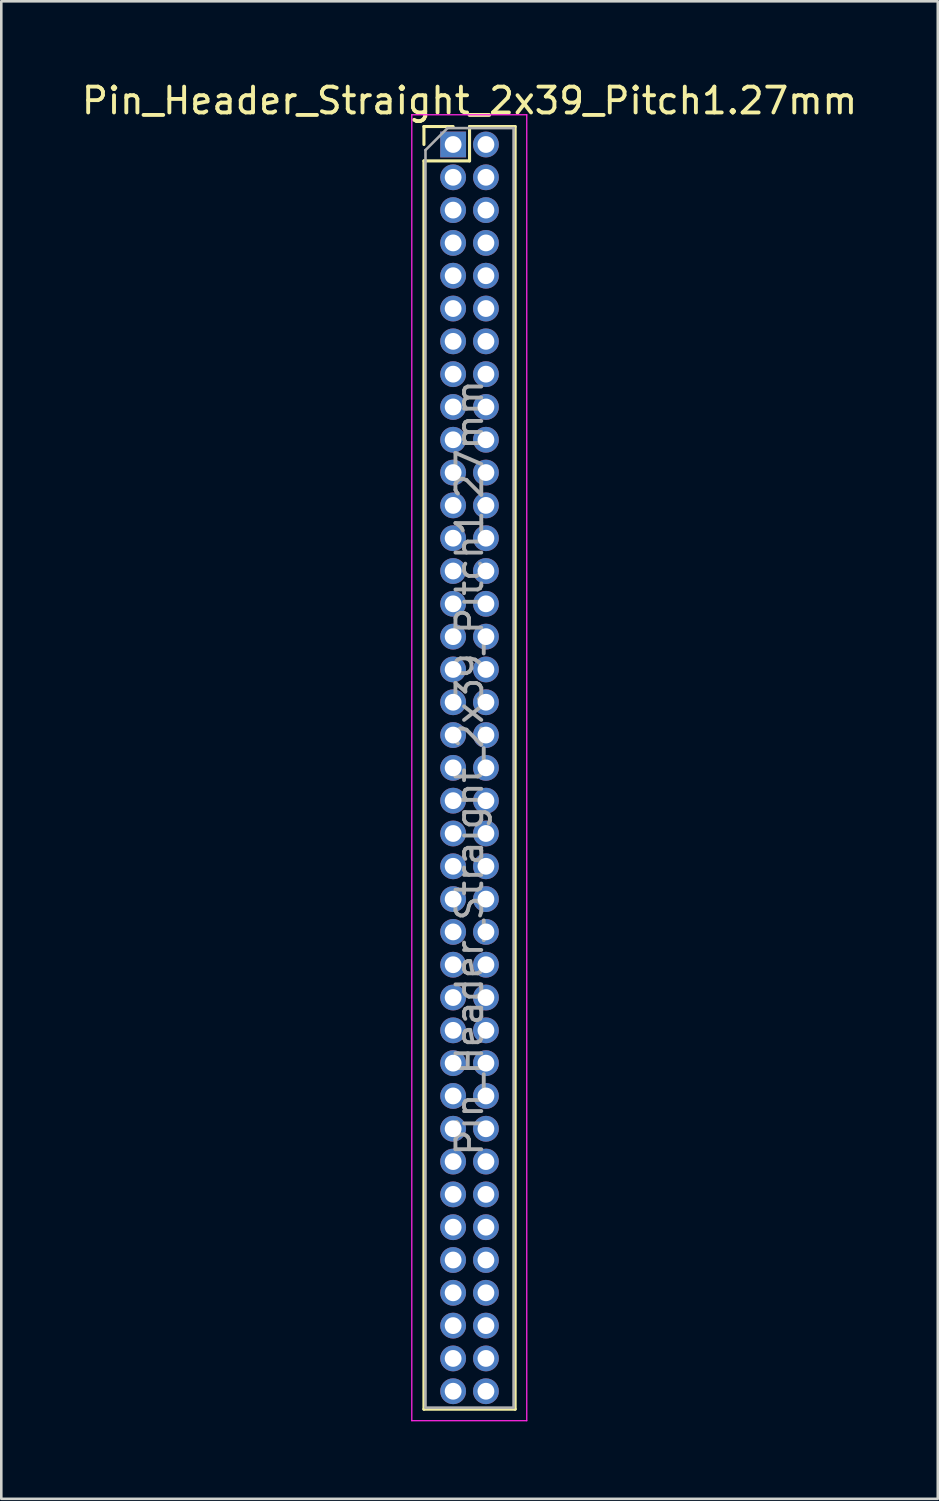
<source format=kicad_pcb>
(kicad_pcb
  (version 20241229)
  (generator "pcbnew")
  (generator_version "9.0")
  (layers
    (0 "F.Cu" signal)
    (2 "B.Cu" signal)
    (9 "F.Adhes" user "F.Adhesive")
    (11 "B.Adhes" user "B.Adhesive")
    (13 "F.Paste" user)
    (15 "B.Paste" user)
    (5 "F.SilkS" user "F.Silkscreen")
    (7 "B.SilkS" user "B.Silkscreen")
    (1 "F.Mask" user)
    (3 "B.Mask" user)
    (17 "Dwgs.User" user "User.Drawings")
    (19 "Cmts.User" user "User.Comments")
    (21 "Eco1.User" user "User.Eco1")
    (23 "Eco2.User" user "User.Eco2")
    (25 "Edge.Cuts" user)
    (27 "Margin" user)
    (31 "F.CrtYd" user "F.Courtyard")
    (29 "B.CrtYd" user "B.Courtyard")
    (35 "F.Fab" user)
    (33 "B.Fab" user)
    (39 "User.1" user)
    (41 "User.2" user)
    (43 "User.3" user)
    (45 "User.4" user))
  (footprint "Pin_Header_Straight_2x39_Pitch1.27mm"
    (layer "F.Cu")
    (at 14.49 2.543)
    (property "Reference" "Pin_Header_Straight_2x39_Pitch1.27mm" (at 0.635 -1.695 0) (layer "F.SilkS") (effects (font (size 1 1) (thickness 0.15))))
    (attr through_hole)
    (fp_line (start -1.13 -0.695) (end 0 -0.695) (stroke (width 0.12) (type solid)) (layer "F.SilkS"))
    (fp_line (start -1.13 0) (end -1.13 -0.695) (stroke (width 0.12) (type solid)) (layer "F.SilkS"))
    (fp_line (start -1.13 0.635) (end -1.13 48.955) (stroke (width 0.12) (type solid)) (layer "F.SilkS"))
    (fp_line (start -1.13 48.955) (end 2.4 48.955) (stroke (width 0.12) (type solid)) (layer "F.SilkS"))
    (fp_line (start 0.635 -0.695) (end 0.635 0.635) (stroke (width 0.12) (type solid)) (layer "F.SilkS"))
    (fp_line (start 0.635 0.635) (end -1.13 0.635) (stroke (width 0.12) (type solid)) (layer "F.SilkS"))
    (fp_line (start 2.4 -0.695) (end 0.635 -0.695) (stroke (width 0.12) (type solid)) (layer "F.SilkS"))
    (fp_line (start 2.4 48.955) (end 2.4 -0.695) (stroke (width 0.12) (type solid)) (layer "F.SilkS"))
    (fp_line (start -1.6 -1.15) (end -1.6 49.4) (stroke (width 0.05) (type solid)) (layer "F.CrtYd"))
    (fp_line (start -1.6 49.4) (end 2.85 49.4) (stroke (width 0.05) (type solid)) (layer "F.CrtYd"))
    (fp_line (start 2.85 -1.15) (end -1.6 -1.15) (stroke (width 0.05) (type solid)) (layer "F.CrtYd"))
    (fp_line (start 2.85 49.4) (end 2.85 -1.15) (stroke (width 0.05) (type solid)) (layer "F.CrtYd"))
    (fp_line (start -1.07 0.217) (end -0.217 -0.635) (stroke (width 0.1) (type solid)) (layer "F.Fab"))
    (fp_line (start -1.07 48.895) (end -1.07 0.217) (stroke (width 0.1) (type solid)) (layer "F.Fab"))
    (fp_line (start -0.217 -0.635) (end 2.34 -0.635) (stroke (width 0.1) (type solid)) (layer "F.Fab"))
    (fp_line (start 2.34 -0.635) (end 2.34 48.895) (stroke (width 0.1) (type solid)) (layer "F.Fab"))
    (fp_line (start 2.34 48.895) (end -1.07 48.895) (stroke (width 0.1) (type solid)) (layer "F.Fab"))
    (fp_text user "${REFERENCE}" (at 0.635 24.13 90) (layer "F.Fab") (effects (font (size 1 1) (thickness 0.15))))
    (pad "1" thru_hole rect (at 0 0) (size 1 1) (drill 0.65) (layers "*.Cu" "*.Mask"))
    (pad "2" thru_hole oval (at 1.27 0) (size 1 1) (drill 0.65) (layers "*.Cu" "*.Mask"))
    (pad "3" thru_hole oval (at 0 1.27) (size 1 1) (drill 0.65) (layers "*.Cu" "*.Mask"))
    (pad "4" thru_hole oval (at 1.27 1.27) (size 1 1) (drill 0.65) (layers "*.Cu" "*.Mask"))
    (pad "5" thru_hole oval (at 0 2.54) (size 1 1) (drill 0.65) (layers "*.Cu" "*.Mask"))
    (pad "6" thru_hole oval (at 1.27 2.54) (size 1 1) (drill 0.65) (layers "*.Cu" "*.Mask"))
    (pad "7" thru_hole oval (at 0 3.81) (size 1 1) (drill 0.65) (layers "*.Cu" "*.Mask"))
    (pad "8" thru_hole oval (at 1.27 3.81) (size 1 1) (drill 0.65) (layers "*.Cu" "*.Mask"))
    (pad "9" thru_hole oval (at 0 5.08) (size 1 1) (drill 0.65) (layers "*.Cu" "*.Mask"))
    (pad "10" thru_hole oval (at 1.27 5.08) (size 1 1) (drill 0.65) (layers "*.Cu" "*.Mask"))
    (pad "11" thru_hole oval (at 0 6.35) (size 1 1) (drill 0.65) (layers "*.Cu" "*.Mask"))
    (pad "12" thru_hole oval (at 1.27 6.35) (size 1 1) (drill 0.65) (layers "*.Cu" "*.Mask"))
    (pad "13" thru_hole oval (at 0 7.62) (size 1 1) (drill 0.65) (layers "*.Cu" "*.Mask"))
    (pad "14" thru_hole oval (at 1.27 7.62) (size 1 1) (drill 0.65) (layers "*.Cu" "*.Mask"))
    (pad "15" thru_hole oval (at 0 8.89) (size 1 1) (drill 0.65) (layers "*.Cu" "*.Mask"))
    (pad "16" thru_hole oval (at 1.27 8.89) (size 1 1) (drill 0.65) (layers "*.Cu" "*.Mask"))
    (pad "17" thru_hole oval (at 0 10.16) (size 1 1) (drill 0.65) (layers "*.Cu" "*.Mask"))
    (pad "18" thru_hole oval (at 1.27 10.16) (size 1 1) (drill 0.65) (layers "*.Cu" "*.Mask"))
    (pad "19" thru_hole oval (at 0 11.43) (size 1 1) (drill 0.65) (layers "*.Cu" "*.Mask"))
    (pad "20" thru_hole oval (at 1.27 11.43) (size 1 1) (drill 0.65) (layers "*.Cu" "*.Mask"))
    (pad "21" thru_hole oval (at 0 12.7) (size 1 1) (drill 0.65) (layers "*.Cu" "*.Mask"))
    (pad "22" thru_hole oval (at 1.27 12.7) (size 1 1) (drill 0.65) (layers "*.Cu" "*.Mask"))
    (pad "23" thru_hole oval (at 0 13.97) (size 1 1) (drill 0.65) (layers "*.Cu" "*.Mask"))
    (pad "24" thru_hole oval (at 1.27 13.97) (size 1 1) (drill 0.65) (layers "*.Cu" "*.Mask"))
    (pad "25" thru_hole oval (at 0 15.24) (size 1 1) (drill 0.65) (layers "*.Cu" "*.Mask"))
    (pad "26" thru_hole oval (at 1.27 15.24) (size 1 1) (drill 0.65) (layers "*.Cu" "*.Mask"))
    (pad "27" thru_hole oval (at 0 16.51) (size 1 1) (drill 0.65) (layers "*.Cu" "*.Mask"))
    (pad "28" thru_hole oval (at 1.27 16.51) (size 1 1) (drill 0.65) (layers "*.Cu" "*.Mask"))
    (pad "29" thru_hole oval (at 0 17.78) (size 1 1) (drill 0.65) (layers "*.Cu" "*.Mask"))
    (pad "30" thru_hole oval (at 1.27 17.78) (size 1 1) (drill 0.65) (layers "*.Cu" "*.Mask"))
    (pad "31" thru_hole oval (at 0 19.05) (size 1 1) (drill 0.65) (layers "*.Cu" "*.Mask"))
    (pad "32" thru_hole oval (at 1.27 19.05) (size 1 1) (drill 0.65) (layers "*.Cu" "*.Mask"))
    (pad "33" thru_hole oval (at 0 20.32) (size 1 1) (drill 0.65) (layers "*.Cu" "*.Mask"))
    (pad "34" thru_hole oval (at 1.27 20.32) (size 1 1) (drill 0.65) (layers "*.Cu" "*.Mask"))
    (pad "35" thru_hole oval (at 0 21.59) (size 1 1) (drill 0.65) (layers "*.Cu" "*.Mask"))
    (pad "36" thru_hole oval (at 1.27 21.59) (size 1 1) (drill 0.65) (layers "*.Cu" "*.Mask"))
    (pad "37" thru_hole oval (at 0 22.86) (size 1 1) (drill 0.65) (layers "*.Cu" "*.Mask"))
    (pad "38" thru_hole oval (at 1.27 22.86) (size 1 1) (drill 0.65) (layers "*.Cu" "*.Mask"))
    (pad "39" thru_hole oval (at 0 24.13) (size 1 1) (drill 0.65) (layers "*.Cu" "*.Mask"))
    (pad "40" thru_hole oval (at 1.27 24.13) (size 1 1) (drill 0.65) (layers "*.Cu" "*.Mask"))
    (pad "41" thru_hole oval (at 0 25.4) (size 1 1) (drill 0.65) (layers "*.Cu" "*.Mask"))
    (pad "42" thru_hole oval (at 1.27 25.4) (size 1 1) (drill 0.65) (layers "*.Cu" "*.Mask"))
    (pad "43" thru_hole oval (at 0 26.67) (size 1 1) (drill 0.65) (layers "*.Cu" "*.Mask"))
    (pad "44" thru_hole oval (at 1.27 26.67) (size 1 1) (drill 0.65) (layers "*.Cu" "*.Mask"))
    (pad "45" thru_hole oval (at 0 27.94) (size 1 1) (drill 0.65) (layers "*.Cu" "*.Mask"))
    (pad "46" thru_hole oval (at 1.27 27.94) (size 1 1) (drill 0.65) (layers "*.Cu" "*.Mask"))
    (pad "47" thru_hole oval (at 0 29.21) (size 1 1) (drill 0.65) (layers "*.Cu" "*.Mask"))
    (pad "48" thru_hole oval (at 1.27 29.21) (size 1 1) (drill 0.65) (layers "*.Cu" "*.Mask"))
    (pad "49" thru_hole oval (at 0 30.48) (size 1 1) (drill 0.65) (layers "*.Cu" "*.Mask"))
    (pad "50" thru_hole oval (at 1.27 30.48) (size 1 1) (drill 0.65) (layers "*.Cu" "*.Mask"))
    (pad "51" thru_hole oval (at 0 31.75) (size 1 1) (drill 0.65) (layers "*.Cu" "*.Mask"))
    (pad "52" thru_hole oval (at 1.27 31.75) (size 1 1) (drill 0.65) (layers "*.Cu" "*.Mask"))
    (pad "53" thru_hole oval (at 0 33.02) (size 1 1) (drill 0.65) (layers "*.Cu" "*.Mask"))
    (pad "54" thru_hole oval (at 1.27 33.02) (size 1 1) (drill 0.65) (layers "*.Cu" "*.Mask"))
    (pad "55" thru_hole oval (at 0 34.29) (size 1 1) (drill 0.65) (layers "*.Cu" "*.Mask"))
    (pad "56" thru_hole oval (at 1.27 34.29) (size 1 1) (drill 0.65) (layers "*.Cu" "*.Mask"))
    (pad "57" thru_hole oval (at 0 35.56) (size 1 1) (drill 0.65) (layers "*.Cu" "*.Mask"))
    (pad "58" thru_hole oval (at 1.27 35.56) (size 1 1) (drill 0.65) (layers "*.Cu" "*.Mask"))
    (pad "59" thru_hole oval (at 0 36.83) (size 1 1) (drill 0.65) (layers "*.Cu" "*.Mask"))
    (pad "60" thru_hole oval (at 1.27 36.83) (size 1 1) (drill 0.65) (layers "*.Cu" "*.Mask"))
    (pad "61" thru_hole oval (at 0 38.1) (size 1 1) (drill 0.65) (layers "*.Cu" "*.Mask"))
    (pad "62" thru_hole oval (at 1.27 38.1) (size 1 1) (drill 0.65) (layers "*.Cu" "*.Mask"))
    (pad "63" thru_hole oval (at 0 39.37) (size 1 1) (drill 0.65) (layers "*.Cu" "*.Mask"))
    (pad "64" thru_hole oval (at 1.27 39.37) (size 1 1) (drill 0.65) (layers "*.Cu" "*.Mask"))
    (pad "65" thru_hole oval (at 0 40.64) (size 1 1) (drill 0.65) (layers "*.Cu" "*.Mask"))
    (pad "66" thru_hole oval (at 1.27 40.64) (size 1 1) (drill 0.65) (layers "*.Cu" "*.Mask"))
    (pad "67" thru_hole oval (at 0 41.91) (size 1 1) (drill 0.65) (layers "*.Cu" "*.Mask"))
    (pad "68" thru_hole oval (at 1.27 41.91) (size 1 1) (drill 0.65) (layers "*.Cu" "*.Mask"))
    (pad "69" thru_hole oval (at 0 43.18) (size 1 1) (drill 0.65) (layers "*.Cu" "*.Mask"))
    (pad "70" thru_hole oval (at 1.27 43.18) (size 1 1) (drill 0.65) (layers "*.Cu" "*.Mask"))
    (pad "71" thru_hole oval (at 0 44.45) (size 1 1) (drill 0.65) (layers "*.Cu" "*.Mask"))
    (pad "72" thru_hole oval (at 1.27 44.45) (size 1 1) (drill 0.65) (layers "*.Cu" "*.Mask"))
    (pad "73" thru_hole oval (at 0 45.72) (size 1 1) (drill 0.65) (layers "*.Cu" "*.Mask"))
    (pad "74" thru_hole oval (at 1.27 45.72) (size 1 1) (drill 0.65) (layers "*.Cu" "*.Mask"))
    (pad "75" thru_hole oval (at 0 46.99) (size 1 1) (drill 0.65) (layers "*.Cu" "*.Mask"))
    (pad "76" thru_hole oval (at 1.27 46.99) (size 1 1) (drill 0.65) (layers "*.Cu" "*.Mask"))
    (pad "77" thru_hole oval (at 0 48.26) (size 1 1) (drill 0.65) (layers "*.Cu" "*.Mask"))
    (pad "78" thru_hole oval (at 1.27 48.26) (size 1 1) (drill 0.65) (layers "*.Cu" "*.Mask")))
  (gr_rect
    (start -3 -3)
    (end 33.25 54.968)
    (stroke (width 0.1) (type default))
    (fill no)
    (layer "Edge.Cuts")))
</source>
